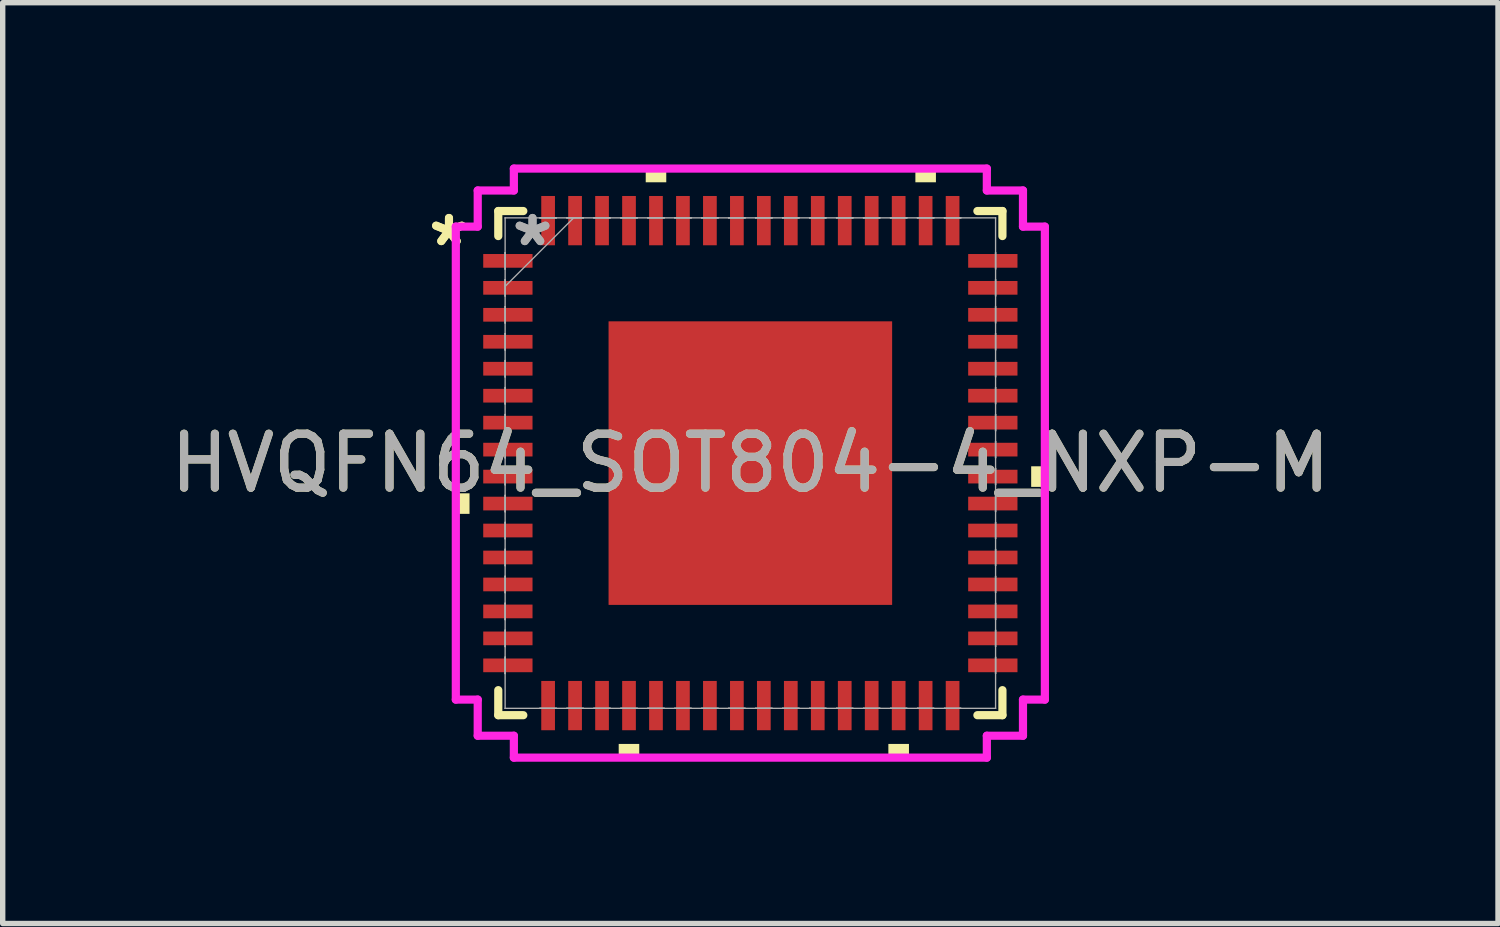
<source format=kicad_pcb>
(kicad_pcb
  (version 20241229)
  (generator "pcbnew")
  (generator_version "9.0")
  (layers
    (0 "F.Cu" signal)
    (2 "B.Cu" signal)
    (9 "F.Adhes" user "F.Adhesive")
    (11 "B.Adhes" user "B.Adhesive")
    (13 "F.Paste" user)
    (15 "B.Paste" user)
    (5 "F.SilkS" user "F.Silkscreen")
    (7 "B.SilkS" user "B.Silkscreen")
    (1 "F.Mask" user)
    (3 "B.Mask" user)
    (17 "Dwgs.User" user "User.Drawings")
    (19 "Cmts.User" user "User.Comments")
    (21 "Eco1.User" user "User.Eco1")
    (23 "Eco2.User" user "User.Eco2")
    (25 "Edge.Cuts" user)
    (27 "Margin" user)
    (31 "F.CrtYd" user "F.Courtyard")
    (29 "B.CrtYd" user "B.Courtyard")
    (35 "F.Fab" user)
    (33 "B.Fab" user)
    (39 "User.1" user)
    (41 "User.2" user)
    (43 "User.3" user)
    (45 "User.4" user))
  (footprint "HVQFN64_SOT804-4_NXP-M"
    (layer "F.Cu")
    (at 10.863 5.537)
    (property "Reference" "HVQFN64_SOT804-4_NXP-M" (at 0 0 0) (unlocked yes) (layer "F.SilkS") (effects (font (size 1 1) (thickness 0.15))))
    (attr smd)
    (fp_line (start -4.674 -4.674) (end -4.674 -4.21) (stroke (width 0.152) (type solid)) (layer "F.SilkS"))
    (fp_line (start -4.674 4.21) (end -4.674 4.674) (stroke (width 0.152) (type solid)) (layer "F.SilkS"))
    (fp_line (start -4.674 4.674) (end -4.21 4.674) (stroke (width 0.152) (type solid)) (layer "F.SilkS"))
    (fp_line (start -4.21 -4.674) (end -4.674 -4.674) (stroke (width 0.152) (type solid)) (layer "F.SilkS"))
    (fp_line (start 4.21 4.674) (end 4.674 4.674) (stroke (width 0.152) (type solid)) (layer "F.SilkS"))
    (fp_line (start 4.674 -4.674) (end 4.21 -4.674) (stroke (width 0.152) (type solid)) (layer "F.SilkS"))
    (fp_line (start 4.674 -4.21) (end 4.674 -4.674) (stroke (width 0.152) (type solid)) (layer "F.SilkS"))
    (fp_line (start 4.674 4.674) (end 4.674 4.21) (stroke (width 0.152) (type solid)) (layer "F.SilkS"))
    (fp_poly (pts (xy -5.461 0.56) (xy -5.461 0.941) (xy -5.207 0.941) (xy -5.207 0.56)) (stroke (width 0) (type solid)) (fill yes) (layer "F.SilkS"))
    (fp_poly (pts (xy -2.441 5.207) (xy -2.441 5.461) (xy -2.06 5.461) (xy -2.06 5.207)) (stroke (width 0) (type solid)) (fill yes) (layer "F.SilkS"))
    (fp_poly (pts (xy -1.94 -5.207) (xy -1.94 -5.461) (xy -1.559 -5.461) (xy -1.559 -5.207)) (stroke (width 0) (type solid)) (fill yes) (layer "F.SilkS"))
    (fp_poly (pts (xy 2.559 5.207) (xy 2.559 5.461) (xy 2.941 5.461) (xy 2.941 5.207)) (stroke (width 0) (type solid)) (fill yes) (layer "F.SilkS"))
    (fp_poly (pts (xy 3.06 -5.207) (xy 3.06 -5.461) (xy 3.441 -5.461) (xy 3.441 -5.207)) (stroke (width 0) (type solid)) (fill yes) (layer "F.SilkS"))
    (fp_poly (pts (xy 5.461 0.059) (xy 5.461 0.441) (xy 5.207 0.441) (xy 5.207 0.059)) (stroke (width 0) (type solid)) (fill yes) (layer "F.SilkS"))
    (fp_poly (pts (xy -2.529 -2.529) (xy -2.529 -1.414) (xy -1.414 -1.414) (xy -1.414 -2.529)) (stroke (width 0) (type solid)) (fill yes) (layer "F.Paste"))
    (fp_poly (pts (xy -2.529 -1.214) (xy -2.529 -0.1) (xy -1.414 -0.1) (xy -1.414 -1.214)) (stroke (width 0) (type solid)) (fill yes) (layer "F.Paste"))
    (fp_poly (pts (xy -2.529 0.1) (xy -2.529 1.214) (xy -1.414 1.214) (xy -1.414 0.1)) (stroke (width 0) (type solid)) (fill yes) (layer "F.Paste"))
    (fp_poly (pts (xy -2.529 1.414) (xy -2.529 2.529) (xy -1.414 2.529) (xy -1.414 1.414)) (stroke (width 0) (type solid)) (fill yes) (layer "F.Paste"))
    (fp_poly (pts (xy -1.214 -2.529) (xy -1.214 -1.414) (xy -0.1 -1.414) (xy -0.1 -2.529)) (stroke (width 0) (type solid)) (fill yes) (layer "F.Paste"))
    (fp_poly (pts (xy -1.214 -1.214) (xy -1.214 -0.1) (xy -0.1 -0.1) (xy -0.1 -1.214)) (stroke (width 0) (type solid)) (fill yes) (layer "F.Paste"))
    (fp_poly (pts (xy -1.214 0.1) (xy -1.214 1.214) (xy -0.1 1.214) (xy -0.1 0.1)) (stroke (width 0) (type solid)) (fill yes) (layer "F.Paste"))
    (fp_poly (pts (xy -1.214 1.414) (xy -1.214 2.529) (xy -0.1 2.529) (xy -0.1 1.414)) (stroke (width 0) (type solid)) (fill yes) (layer "F.Paste"))
    (fp_poly (pts (xy 0.1 -2.529) (xy 0.1 -1.414) (xy 1.214 -1.414) (xy 1.214 -2.529)) (stroke (width 0) (type solid)) (fill yes) (layer "F.Paste"))
    (fp_poly (pts (xy 0.1 -1.214) (xy 0.1 -0.1) (xy 1.214 -0.1) (xy 1.214 -1.214)) (stroke (width 0) (type solid)) (fill yes) (layer "F.Paste"))
    (fp_poly (pts (xy 0.1 0.1) (xy 0.1 1.214) (xy 1.214 1.214) (xy 1.214 0.1)) (stroke (width 0) (type solid)) (fill yes) (layer "F.Paste"))
    (fp_poly (pts (xy 0.1 1.414) (xy 0.1 2.529) (xy 1.214 2.529) (xy 1.214 1.414)) (stroke (width 0) (type solid)) (fill yes) (layer "F.Paste"))
    (fp_poly (pts (xy 1.414 -2.529) (xy 1.414 -1.414) (xy 2.529 -1.414) (xy 2.529 -2.529)) (stroke (width 0) (type solid)) (fill yes) (layer "F.Paste"))
    (fp_poly (pts (xy 1.414 -1.214) (xy 1.414 -0.1) (xy 2.529 -0.1) (xy 2.529 -1.214)) (stroke (width 0) (type solid)) (fill yes) (layer "F.Paste"))
    (fp_poly (pts (xy 1.414 0.1) (xy 1.414 1.214) (xy 2.529 1.214) (xy 2.529 0.1)) (stroke (width 0) (type solid)) (fill yes) (layer "F.Paste"))
    (fp_poly (pts (xy 1.414 1.414) (xy 1.414 2.529) (xy 2.529 2.529) (xy 2.529 1.414)) (stroke (width 0) (type solid)) (fill yes) (layer "F.Paste"))
    (fp_line (start -5.461 -4.385) (end -5.055 -4.385) (stroke (width 0.152) (type solid)) (layer "F.CrtYd"))
    (fp_line (start -5.461 4.385) (end -5.461 -4.385) (stroke (width 0.152) (type solid)) (layer "F.CrtYd"))
    (fp_line (start -5.055 -5.055) (end -4.385 -5.055) (stroke (width 0.152) (type solid)) (layer "F.CrtYd"))
    (fp_line (start -5.055 -4.385) (end -5.055 -5.055) (stroke (width 0.152) (type solid)) (layer "F.CrtYd"))
    (fp_line (start -5.055 4.385) (end -5.461 4.385) (stroke (width 0.152) (type solid)) (layer "F.CrtYd"))
    (fp_line (start -5.055 5.055) (end -5.055 4.385) (stroke (width 0.152) (type solid)) (layer "F.CrtYd"))
    (fp_line (start -4.385 -5.461) (end 4.385 -5.461) (stroke (width 0.152) (type solid)) (layer "F.CrtYd"))
    (fp_line (start -4.385 -5.055) (end -4.385 -5.461) (stroke (width 0.152) (type solid)) (layer "F.CrtYd"))
    (fp_line (start -4.385 5.055) (end -5.055 5.055) (stroke (width 0.152) (type solid)) (layer "F.CrtYd"))
    (fp_line (start -4.385 5.461) (end -4.385 5.055) (stroke (width 0.152) (type solid)) (layer "F.CrtYd"))
    (fp_line (start 4.385 -5.461) (end 4.385 -5.055) (stroke (width 0.152) (type solid)) (layer "F.CrtYd"))
    (fp_line (start 4.385 -5.055) (end 5.055 -5.055) (stroke (width 0.152) (type solid)) (layer "F.CrtYd"))
    (fp_line (start 4.385 5.055) (end 4.385 5.461) (stroke (width 0.152) (type solid)) (layer "F.CrtYd"))
    (fp_line (start 4.385 5.461) (end -4.385 5.461) (stroke (width 0.152) (type solid)) (layer "F.CrtYd"))
    (fp_line (start 5.055 -5.055) (end 5.055 -4.385) (stroke (width 0.152) (type solid)) (layer "F.CrtYd"))
    (fp_line (start 5.055 -4.385) (end 5.461 -4.385) (stroke (width 0.152) (type solid)) (layer "F.CrtYd"))
    (fp_line (start 5.055 4.385) (end 5.055 5.055) (stroke (width 0.152) (type solid)) (layer "F.CrtYd"))
    (fp_line (start 5.055 5.055) (end 4.385 5.055) (stroke (width 0.152) (type solid)) (layer "F.CrtYd"))
    (fp_line (start 5.461 -4.385) (end 5.461 4.385) (stroke (width 0.152) (type solid)) (layer "F.CrtYd"))
    (fp_line (start 5.461 4.385) (end 5.055 4.385) (stroke (width 0.152) (type solid)) (layer "F.CrtYd"))
    (fp_line (start -4.547 -4.547) (end -4.547 -4.547) (stroke (width 0.025) (type solid)) (layer "F.Fab"))
    (fp_line (start -4.547 -4.547) (end -4.547 4.547) (stroke (width 0.025) (type solid)) (layer "F.Fab"))
    (fp_line (start -4.547 -3.902) (end -4.547 -3.902) (stroke (width 0.025) (type solid)) (layer "F.Fab"))
    (fp_line (start -4.547 -3.902) (end -4.547 -3.598) (stroke (width 0.025) (type solid)) (layer "F.Fab"))
    (fp_line (start -4.547 -3.598) (end -4.547 -3.902) (stroke (width 0.025) (type solid)) (layer "F.Fab"))
    (fp_line (start -4.547 -3.598) (end -4.547 -3.598) (stroke (width 0.025) (type solid)) (layer "F.Fab"))
    (fp_line (start -4.547 -3.402) (end -4.547 -3.402) (stroke (width 0.025) (type solid)) (layer "F.Fab"))
    (fp_line (start -4.547 -3.402) (end -4.547 -3.098) (stroke (width 0.025) (type solid)) (layer "F.Fab"))
    (fp_line (start -4.547 -3.277) (end -3.277 -4.547) (stroke (width 0.025) (type solid)) (layer "F.Fab"))
    (fp_line (start -4.547 -3.098) (end -4.547 -3.402) (stroke (width 0.025) (type solid)) (layer "F.Fab"))
    (fp_line (start -4.547 -3.098) (end -4.547 -3.098) (stroke (width 0.025) (type solid)) (layer "F.Fab"))
    (fp_line (start -4.547 -2.902) (end -4.547 -2.902) (stroke (width 0.025) (type solid)) (layer "F.Fab"))
    (fp_line (start -4.547 -2.902) (end -4.547 -2.598) (stroke (width 0.025) (type solid)) (layer "F.Fab"))
    (fp_line (start -4.547 -2.598) (end -4.547 -2.902) (stroke (width 0.025) (type solid)) (layer "F.Fab"))
    (fp_line (start -4.547 -2.598) (end -4.547 -2.598) (stroke (width 0.025) (type solid)) (layer "F.Fab"))
    (fp_line (start -4.547 -2.402) (end -4.547 -2.402) (stroke (width 0.025) (type solid)) (layer "F.Fab"))
    (fp_line (start -4.547 -2.402) (end -4.547 -2.098) (stroke (width 0.025) (type solid)) (layer "F.Fab"))
    (fp_line (start -4.547 -2.098) (end -4.547 -2.402) (stroke (width 0.025) (type solid)) (layer "F.Fab"))
    (fp_line (start -4.547 -2.098) (end -4.547 -2.098) (stroke (width 0.025) (type solid)) (layer "F.Fab"))
    (fp_line (start -4.547 -1.902) (end -4.547 -1.902) (stroke (width 0.025) (type solid)) (layer "F.Fab"))
    (fp_line (start -4.547 -1.902) (end -4.547 -1.598) (stroke (width 0.025) (type solid)) (layer "F.Fab"))
    (fp_line (start -4.547 -1.598) (end -4.547 -1.902) (stroke (width 0.025) (type solid)) (layer "F.Fab"))
    (fp_line (start -4.547 -1.598) (end -4.547 -1.598) (stroke (width 0.025) (type solid)) (layer "F.Fab"))
    (fp_line (start -4.547 -1.402) (end -4.547 -1.402) (stroke (width 0.025) (type solid)) (layer "F.Fab"))
    (fp_line (start -4.547 -1.402) (end -4.547 -1.098) (stroke (width 0.025) (type solid)) (layer "F.Fab"))
    (fp_line (start -4.547 -1.098) (end -4.547 -1.402) (stroke (width 0.025) (type solid)) (layer "F.Fab"))
    (fp_line (start -4.547 -1.098) (end -4.547 -1.098) (stroke (width 0.025) (type solid)) (layer "F.Fab"))
    (fp_line (start -4.547 -0.902) (end -4.547 -0.902) (stroke (width 0.025) (type solid)) (layer "F.Fab"))
    (fp_line (start -4.547 -0.902) (end -4.547 -0.598) (stroke (width 0.025) (type solid)) (layer "F.Fab"))
    (fp_line (start -4.547 -0.598) (end -4.547 -0.902) (stroke (width 0.025) (type solid)) (layer "F.Fab"))
    (fp_line (start -4.547 -0.598) (end -4.547 -0.598) (stroke (width 0.025) (type solid)) (layer "F.Fab"))
    (fp_line (start -4.547 -0.402) (end -4.547 -0.402) (stroke (width 0.025) (type solid)) (layer "F.Fab"))
    (fp_line (start -4.547 -0.402) (end -4.547 -0.098) (stroke (width 0.025) (type solid)) (layer "F.Fab"))
    (fp_line (start -4.547 -0.098) (end -4.547 -0.402) (stroke (width 0.025) (type solid)) (layer "F.Fab"))
    (fp_line (start -4.547 -0.098) (end -4.547 -0.098) (stroke (width 0.025) (type solid)) (layer "F.Fab"))
    (fp_line (start -4.547 0.098) (end -4.547 0.098) (stroke (width 0.025) (type solid)) (layer "F.Fab"))
    (fp_line (start -4.547 0.098) (end -4.547 0.402) (stroke (width 0.025) (type solid)) (layer "F.Fab"))
    (fp_line (start -4.547 0.402) (end -4.547 0.098) (stroke (width 0.025) (type solid)) (layer "F.Fab"))
    (fp_line (start -4.547 0.402) (end -4.547 0.402) (stroke (width 0.025) (type solid)) (layer "F.Fab"))
    (fp_line (start -4.547 0.598) (end -4.547 0.598) (stroke (width 0.025) (type solid)) (layer "F.Fab"))
    (fp_line (start -4.547 0.598) (end -4.547 0.902) (stroke (width 0.025) (type solid)) (layer "F.Fab"))
    (fp_line (start -4.547 0.902) (end -4.547 0.598) (stroke (width 0.025) (type solid)) (layer "F.Fab"))
    (fp_line (start -4.547 0.902) (end -4.547 0.902) (stroke (width 0.025) (type solid)) (layer "F.Fab"))
    (fp_line (start -4.547 1.098) (end -4.547 1.098) (stroke (width 0.025) (type solid)) (layer "F.Fab"))
    (fp_line (start -4.547 1.098) (end -4.547 1.402) (stroke (width 0.025) (type solid)) (layer "F.Fab"))
    (fp_line (start -4.547 1.402) (end -4.547 1.098) (stroke (width 0.025) (type solid)) (layer "F.Fab"))
    (fp_line (start -4.547 1.402) (end -4.547 1.402) (stroke (width 0.025) (type solid)) (layer "F.Fab"))
    (fp_line (start -4.547 1.598) (end -4.547 1.598) (stroke (width 0.025) (type solid)) (layer "F.Fab"))
    (fp_line (start -4.547 1.598) (end -4.547 1.902) (stroke (width 0.025) (type solid)) (layer "F.Fab"))
    (fp_line (start -4.547 1.902) (end -4.547 1.598) (stroke (width 0.025) (type solid)) (layer "F.Fab"))
    (fp_line (start -4.547 1.902) (end -4.547 1.902) (stroke (width 0.025) (type solid)) (layer "F.Fab"))
    (fp_line (start -4.547 2.098) (end -4.547 2.098) (stroke (width 0.025) (type solid)) (layer "F.Fab"))
    (fp_line (start -4.547 2.098) (end -4.547 2.402) (stroke (width 0.025) (type solid)) (layer "F.Fab"))
    (fp_line (start -4.547 2.402) (end -4.547 2.098) (stroke (width 0.025) (type solid)) (layer "F.Fab"))
    (fp_line (start -4.547 2.402) (end -4.547 2.402) (stroke (width 0.025) (type solid)) (layer "F.Fab"))
    (fp_line (start -4.547 2.598) (end -4.547 2.598) (stroke (width 0.025) (type solid)) (layer "F.Fab"))
    (fp_line (start -4.547 2.598) (end -4.547 2.902) (stroke (width 0.025) (type solid)) (layer "F.Fab"))
    (fp_line (start -4.547 2.902) (end -4.547 2.598) (stroke (width 0.025) (type solid)) (layer "F.Fab"))
    (fp_line (start -4.547 2.902) (end -4.547 2.902) (stroke (width 0.025) (type solid)) (layer "F.Fab"))
    (fp_line (start -4.547 3.098) (end -4.547 3.098) (stroke (width 0.025) (type solid)) (layer "F.Fab"))
    (fp_line (start -4.547 3.098) (end -4.547 3.402) (stroke (width 0.025) (type solid)) (layer "F.Fab"))
    (fp_line (start -4.547 3.402) (end -4.547 3.098) (stroke (width 0.025) (type solid)) (layer "F.Fab"))
    (fp_line (start -4.547 3.402) (end -4.547 3.402) (stroke (width 0.025) (type solid)) (layer "F.Fab"))
    (fp_line (start -4.547 3.598) (end -4.547 3.598) (stroke (width 0.025) (type solid)) (layer "F.Fab"))
    (fp_line (start -4.547 3.598) (end -4.547 3.902) (stroke (width 0.025) (type solid)) (layer "F.Fab"))
    (fp_line (start -4.547 3.902) (end -4.547 3.598) (stroke (width 0.025) (type solid)) (layer "F.Fab"))
    (fp_line (start -4.547 3.902) (end -4.547 3.902) (stroke (width 0.025) (type solid)) (layer "F.Fab"))
    (fp_line (start -4.547 4.547) (end -4.547 4.547) (stroke (width 0.025) (type solid)) (layer "F.Fab"))
    (fp_line (start -4.547 4.547) (end 4.547 4.547) (stroke (width 0.025) (type solid)) (layer "F.Fab"))
    (fp_line (start -3.902 -4.547) (end -3.902 -4.547) (stroke (width 0.025) (type solid)) (layer "F.Fab"))
    (fp_line (start -3.902 -4.547) (end -3.598 -4.547) (stroke (width 0.025) (type solid)) (layer "F.Fab"))
    (fp_line (start -3.902 4.547) (end -3.902 4.547) (stroke (width 0.025) (type solid)) (layer "F.Fab"))
    (fp_line (start -3.902 4.547) (end -3.598 4.547) (stroke (width 0.025) (type solid)) (layer "F.Fab"))
    (fp_line (start -3.598 -4.547) (end -3.902 -4.547) (stroke (width 0.025) (type solid)) (layer "F.Fab"))
    (fp_line (start -3.598 -4.547) (end -3.598 -4.547) (stroke (width 0.025) (type solid)) (layer "F.Fab"))
    (fp_line (start -3.598 4.547) (end -3.902 4.547) (stroke (width 0.025) (type solid)) (layer "F.Fab"))
    (fp_line (start -3.598 4.547) (end -3.598 4.547) (stroke (width 0.025) (type solid)) (layer "F.Fab"))
    (fp_line (start -3.402 -4.547) (end -3.402 -4.547) (stroke (width 0.025) (type solid)) (layer "F.Fab"))
    (fp_line (start -3.402 -4.547) (end -3.098 -4.547) (stroke (width 0.025) (type solid)) (layer "F.Fab"))
    (fp_line (start -3.402 4.547) (end -3.402 4.547) (stroke (width 0.025) (type solid)) (layer "F.Fab"))
    (fp_line (start -3.402 4.547) (end -3.098 4.547) (stroke (width 0.025) (type solid)) (layer "F.Fab"))
    (fp_line (start -3.098 -4.547) (end -3.402 -4.547) (stroke (width 0.025) (type solid)) (layer "F.Fab"))
    (fp_line (start -3.098 -4.547) (end -3.098 -4.547) (stroke (width 0.025) (type solid)) (layer "F.Fab"))
    (fp_line (start -3.098 4.547) (end -3.402 4.547) (stroke (width 0.025) (type solid)) (layer "F.Fab"))
    (fp_line (start -3.098 4.547) (end -3.098 4.547) (stroke (width 0.025) (type solid)) (layer "F.Fab"))
    (fp_line (start -2.902 -4.547) (end -2.902 -4.547) (stroke (width 0.025) (type solid)) (layer "F.Fab"))
    (fp_line (start -2.902 -4.547) (end -2.598 -4.547) (stroke (width 0.025) (type solid)) (layer "F.Fab"))
    (fp_line (start -2.902 4.547) (end -2.902 4.547) (stroke (width 0.025) (type solid)) (layer "F.Fab"))
    (fp_line (start -2.902 4.547) (end -2.598 4.547) (stroke (width 0.025) (type solid)) (layer "F.Fab"))
    (fp_line (start -2.598 -4.547) (end -2.902 -4.547) (stroke (width 0.025) (type solid)) (layer "F.Fab"))
    (fp_line (start -2.598 -4.547) (end -2.598 -4.547) (stroke (width 0.025) (type solid)) (layer "F.Fab"))
    (fp_line (start -2.598 4.547) (end -2.902 4.547) (stroke (width 0.025) (type solid)) (layer "F.Fab"))
    (fp_line (start -2.598 4.547) (end -2.598 4.547) (stroke (width 0.025) (type solid)) (layer "F.Fab"))
    (fp_line (start -2.402 -4.547) (end -2.402 -4.547) (stroke (width 0.025) (type solid)) (layer "F.Fab"))
    (fp_line (start -2.402 -4.547) (end -2.098 -4.547) (stroke (width 0.025) (type solid)) (layer "F.Fab"))
    (fp_line (start -2.402 4.547) (end -2.402 4.547) (stroke (width 0.025) (type solid)) (layer "F.Fab"))
    (fp_line (start -2.402 4.547) (end -2.098 4.547) (stroke (width 0.025) (type solid)) (layer "F.Fab"))
    (fp_line (start -2.098 -4.547) (end -2.402 -4.547) (stroke (width 0.025) (type solid)) (layer "F.Fab"))
    (fp_line (start -2.098 -4.547) (end -2.098 -4.547) (stroke (width 0.025) (type solid)) (layer "F.Fab"))
    (fp_line (start -2.098 4.547) (end -2.402 4.547) (stroke (width 0.025) (type solid)) (layer "F.Fab"))
    (fp_line (start -2.098 4.547) (end -2.098 4.547) (stroke (width 0.025) (type solid)) (layer "F.Fab"))
    (fp_line (start -1.902 -4.547) (end -1.902 -4.547) (stroke (width 0.025) (type solid)) (layer "F.Fab"))
    (fp_line (start -1.902 -4.547) (end -1.598 -4.547) (stroke (width 0.025) (type solid)) (layer "F.Fab"))
    (fp_line (start -1.902 4.547) (end -1.902 4.547) (stroke (width 0.025) (type solid)) (layer "F.Fab"))
    (fp_line (start -1.902 4.547) (end -1.598 4.547) (stroke (width 0.025) (type solid)) (layer "F.Fab"))
    (fp_line (start -1.598 -4.547) (end -1.902 -4.547) (stroke (width 0.025) (type solid)) (layer "F.Fab"))
    (fp_line (start -1.598 -4.547) (end -1.598 -4.547) (stroke (width 0.025) (type solid)) (layer "F.Fab"))
    (fp_line (start -1.598 4.547) (end -1.902 4.547) (stroke (width 0.025) (type solid)) (layer "F.Fab"))
    (fp_line (start -1.598 4.547) (end -1.598 4.547) (stroke (width 0.025) (type solid)) (layer "F.Fab"))
    (fp_line (start -1.402 -4.547) (end -1.402 -4.547) (stroke (width 0.025) (type solid)) (layer "F.Fab"))
    (fp_line (start -1.402 -4.547) (end -1.098 -4.547) (stroke (width 0.025) (type solid)) (layer "F.Fab"))
    (fp_line (start -1.402 4.547) (end -1.402 4.547) (stroke (width 0.025) (type solid)) (layer "F.Fab"))
    (fp_line (start -1.402 4.547) (end -1.098 4.547) (stroke (width 0.025) (type solid)) (layer "F.Fab"))
    (fp_line (start -1.098 -4.547) (end -1.402 -4.547) (stroke (width 0.025) (type solid)) (layer "F.Fab"))
    (fp_line (start -1.098 -4.547) (end -1.098 -4.547) (stroke (width 0.025) (type solid)) (layer "F.Fab"))
    (fp_line (start -1.098 4.547) (end -1.402 4.547) (stroke (width 0.025) (type solid)) (layer "F.Fab"))
    (fp_line (start -1.098 4.547) (end -1.098 4.547) (stroke (width 0.025) (type solid)) (layer "F.Fab"))
    (fp_line (start -0.902 -4.547) (end -0.902 -4.547) (stroke (width 0.025) (type solid)) (layer "F.Fab"))
    (fp_line (start -0.902 -4.547) (end -0.598 -4.547) (stroke (width 0.025) (type solid)) (layer "F.Fab"))
    (fp_line (start -0.902 4.547) (end -0.902 4.547) (stroke (width 0.025) (type solid)) (layer "F.Fab"))
    (fp_line (start -0.902 4.547) (end -0.598 4.547) (stroke (width 0.025) (type solid)) (layer "F.Fab"))
    (fp_line (start -0.598 -4.547) (end -0.902 -4.547) (stroke (width 0.025) (type solid)) (layer "F.Fab"))
    (fp_line (start -0.598 -4.547) (end -0.598 -4.547) (stroke (width 0.025) (type solid)) (layer "F.Fab"))
    (fp_line (start -0.598 4.547) (end -0.902 4.547) (stroke (width 0.025) (type solid)) (layer "F.Fab"))
    (fp_line (start -0.598 4.547) (end -0.598 4.547) (stroke (width 0.025) (type solid)) (layer "F.Fab"))
    (fp_line (start -0.402 -4.547) (end -0.402 -4.547) (stroke (width 0.025) (type solid)) (layer "F.Fab"))
    (fp_line (start -0.402 -4.547) (end -0.098 -4.547) (stroke (width 0.025) (type solid)) (layer "F.Fab"))
    (fp_line (start -0.402 4.547) (end -0.402 4.547) (stroke (width 0.025) (type solid)) (layer "F.Fab"))
    (fp_line (start -0.402 4.547) (end -0.098 4.547) (stroke (width 0.025) (type solid)) (layer "F.Fab"))
    (fp_line (start -0.098 -4.547) (end -0.402 -4.547) (stroke (width 0.025) (type solid)) (layer "F.Fab"))
    (fp_line (start -0.098 -4.547) (end -0.098 -4.547) (stroke (width 0.025) (type solid)) (layer "F.Fab"))
    (fp_line (start -0.098 4.547) (end -0.402 4.547) (stroke (width 0.025) (type solid)) (layer "F.Fab"))
    (fp_line (start -0.098 4.547) (end -0.098 4.547) (stroke (width 0.025) (type solid)) (layer "F.Fab"))
    (fp_line (start 0.098 -4.547) (end 0.098 -4.547) (stroke (width 0.025) (type solid)) (layer "F.Fab"))
    (fp_line (start 0.098 -4.547) (end 0.402 -4.547) (stroke (width 0.025) (type solid)) (layer "F.Fab"))
    (fp_line (start 0.098 4.547) (end 0.098 4.547) (stroke (width 0.025) (type solid)) (layer "F.Fab"))
    (fp_line (start 0.098 4.547) (end 0.402 4.547) (stroke (width 0.025) (type solid)) (layer "F.Fab"))
    (fp_line (start 0.402 -4.547) (end 0.098 -4.547) (stroke (width 0.025) (type solid)) (layer "F.Fab"))
    (fp_line (start 0.402 -4.547) (end 0.402 -4.547) (stroke (width 0.025) (type solid)) (layer "F.Fab"))
    (fp_line (start 0.402 4.547) (end 0.098 4.547) (stroke (width 0.025) (type solid)) (layer "F.Fab"))
    (fp_line (start 0.402 4.547) (end 0.402 4.547) (stroke (width 0.025) (type solid)) (layer "F.Fab"))
    (fp_line (start 0.598 -4.547) (end 0.598 -4.547) (stroke (width 0.025) (type solid)) (layer "F.Fab"))
    (fp_line (start 0.598 -4.547) (end 0.902 -4.547) (stroke (width 0.025) (type solid)) (layer "F.Fab"))
    (fp_line (start 0.598 4.547) (end 0.598 4.547) (stroke (width 0.025) (type solid)) (layer "F.Fab"))
    (fp_line (start 0.598 4.547) (end 0.902 4.547) (stroke (width 0.025) (type solid)) (layer "F.Fab"))
    (fp_line (start 0.902 -4.547) (end 0.598 -4.547) (stroke (width 0.025) (type solid)) (layer "F.Fab"))
    (fp_line (start 0.902 -4.547) (end 0.902 -4.547) (stroke (width 0.025) (type solid)) (layer "F.Fab"))
    (fp_line (start 0.902 4.547) (end 0.598 4.547) (stroke (width 0.025) (type solid)) (layer "F.Fab"))
    (fp_line (start 0.902 4.547) (end 0.902 4.547) (stroke (width 0.025) (type solid)) (layer "F.Fab"))
    (fp_line (start 1.098 -4.547) (end 1.098 -4.547) (stroke (width 0.025) (type solid)) (layer "F.Fab"))
    (fp_line (start 1.098 -4.547) (end 1.402 -4.547) (stroke (width 0.025) (type solid)) (layer "F.Fab"))
    (fp_line (start 1.098 4.547) (end 1.098 4.547) (stroke (width 0.025) (type solid)) (layer "F.Fab"))
    (fp_line (start 1.098 4.547) (end 1.402 4.547) (stroke (width 0.025) (type solid)) (layer "F.Fab"))
    (fp_line (start 1.402 -4.547) (end 1.098 -4.547) (stroke (width 0.025) (type solid)) (layer "F.Fab"))
    (fp_line (start 1.402 -4.547) (end 1.402 -4.547) (stroke (width 0.025) (type solid)) (layer "F.Fab"))
    (fp_line (start 1.402 4.547) (end 1.098 4.547) (stroke (width 0.025) (type solid)) (layer "F.Fab"))
    (fp_line (start 1.402 4.547) (end 1.402 4.547) (stroke (width 0.025) (type solid)) (layer "F.Fab"))
    (fp_line (start 1.598 -4.547) (end 1.598 -4.547) (stroke (width 0.025) (type solid)) (layer "F.Fab"))
    (fp_line (start 1.598 -4.547) (end 1.902 -4.547) (stroke (width 0.025) (type solid)) (layer "F.Fab"))
    (fp_line (start 1.598 4.547) (end 1.598 4.547) (stroke (width 0.025) (type solid)) (layer "F.Fab"))
    (fp_line (start 1.598 4.547) (end 1.902 4.547) (stroke (width 0.025) (type solid)) (layer "F.Fab"))
    (fp_line (start 1.902 -4.547) (end 1.598 -4.547) (stroke (width 0.025) (type solid)) (layer "F.Fab"))
    (fp_line (start 1.902 -4.547) (end 1.902 -4.547) (stroke (width 0.025) (type solid)) (layer "F.Fab"))
    (fp_line (start 1.902 4.547) (end 1.598 4.547) (stroke (width 0.025) (type solid)) (layer "F.Fab"))
    (fp_line (start 1.902 4.547) (end 1.902 4.547) (stroke (width 0.025) (type solid)) (layer "F.Fab"))
    (fp_line (start 2.098 -4.547) (end 2.098 -4.547) (stroke (width 0.025) (type solid)) (layer "F.Fab"))
    (fp_line (start 2.098 -4.547) (end 2.402 -4.547) (stroke (width 0.025) (type solid)) (layer "F.Fab"))
    (fp_line (start 2.098 4.547) (end 2.098 4.547) (stroke (width 0.025) (type solid)) (layer "F.Fab"))
    (fp_line (start 2.098 4.547) (end 2.402 4.547) (stroke (width 0.025) (type solid)) (layer "F.Fab"))
    (fp_line (start 2.402 -4.547) (end 2.098 -4.547) (stroke (width 0.025) (type solid)) (layer "F.Fab"))
    (fp_line (start 2.402 -4.547) (end 2.402 -4.547) (stroke (width 0.025) (type solid)) (layer "F.Fab"))
    (fp_line (start 2.402 4.547) (end 2.098 4.547) (stroke (width 0.025) (type solid)) (layer "F.Fab"))
    (fp_line (start 2.402 4.547) (end 2.402 4.547) (stroke (width 0.025) (type solid)) (layer "F.Fab"))
    (fp_line (start 2.598 -4.547) (end 2.598 -4.547) (stroke (width 0.025) (type solid)) (layer "F.Fab"))
    (fp_line (start 2.598 -4.547) (end 2.902 -4.547) (stroke (width 0.025) (type solid)) (layer "F.Fab"))
    (fp_line (start 2.598 4.547) (end 2.598 4.547) (stroke (width 0.025) (type solid)) (layer "F.Fab"))
    (fp_line (start 2.598 4.547) (end 2.902 4.547) (stroke (width 0.025) (type solid)) (layer "F.Fab"))
    (fp_line (start 2.902 -4.547) (end 2.598 -4.547) (stroke (width 0.025) (type solid)) (layer "F.Fab"))
    (fp_line (start 2.902 -4.547) (end 2.902 -4.547) (stroke (width 0.025) (type solid)) (layer "F.Fab"))
    (fp_line (start 2.902 4.547) (end 2.598 4.547) (stroke (width 0.025) (type solid)) (layer "F.Fab"))
    (fp_line (start 2.902 4.547) (end 2.902 4.547) (stroke (width 0.025) (type solid)) (layer "F.Fab"))
    (fp_line (start 3.098 -4.547) (end 3.098 -4.547) (stroke (width 0.025) (type solid)) (layer "F.Fab"))
    (fp_line (start 3.098 -4.547) (end 3.402 -4.547) (stroke (width 0.025) (type solid)) (layer "F.Fab"))
    (fp_line (start 3.098 4.547) (end 3.098 4.547) (stroke (width 0.025) (type solid)) (layer "F.Fab"))
    (fp_line (start 3.098 4.547) (end 3.402 4.547) (stroke (width 0.025) (type solid)) (layer "F.Fab"))
    (fp_line (start 3.402 -4.547) (end 3.098 -4.547) (stroke (width 0.025) (type solid)) (layer "F.Fab"))
    (fp_line (start 3.402 -4.547) (end 3.402 -4.547) (stroke (width 0.025) (type solid)) (layer "F.Fab"))
    (fp_line (start 3.402 4.547) (end 3.098 4.547) (stroke (width 0.025) (type solid)) (layer "F.Fab"))
    (fp_line (start 3.402 4.547) (end 3.402 4.547) (stroke (width 0.025) (type solid)) (layer "F.Fab"))
    (fp_line (start 3.598 -4.547) (end 3.598 -4.547) (stroke (width 0.025) (type solid)) (layer "F.Fab"))
    (fp_line (start 3.598 -4.547) (end 3.902 -4.547) (stroke (width 0.025) (type solid)) (layer "F.Fab"))
    (fp_line (start 3.598 4.547) (end 3.598 4.547) (stroke (width 0.025) (type solid)) (layer "F.Fab"))
    (fp_line (start 3.598 4.547) (end 3.902 4.547) (stroke (width 0.025) (type solid)) (layer "F.Fab"))
    (fp_line (start 3.902 -4.547) (end 3.598 -4.547) (stroke (width 0.025) (type solid)) (layer "F.Fab"))
    (fp_line (start 3.902 -4.547) (end 3.902 -4.547) (stroke (width 0.025) (type solid)) (layer "F.Fab"))
    (fp_line (start 3.902 4.547) (end 3.598 4.547) (stroke (width 0.025) (type solid)) (layer "F.Fab"))
    (fp_line (start 3.902 4.547) (end 3.902 4.547) (stroke (width 0.025) (type solid)) (layer "F.Fab"))
    (fp_line (start 4.547 -4.547) (end -4.547 -4.547) (stroke (width 0.025) (type solid)) (layer "F.Fab"))
    (fp_line (start 4.547 -4.547) (end 4.547 -4.547) (stroke (width 0.025) (type solid)) (layer "F.Fab"))
    (fp_line (start 4.547 -3.902) (end 4.547 -3.902) (stroke (width 0.025) (type solid)) (layer "F.Fab"))
    (fp_line (start 4.547 -3.902) (end 4.547 -3.598) (stroke (width 0.025) (type solid)) (layer "F.Fab"))
    (fp_line (start 4.547 -3.598) (end 4.547 -3.902) (stroke (width 0.025) (type solid)) (layer "F.Fab"))
    (fp_line (start 4.547 -3.598) (end 4.547 -3.598) (stroke (width 0.025) (type solid)) (layer "F.Fab"))
    (fp_line (start 4.547 -3.402) (end 4.547 -3.402) (stroke (width 0.025) (type solid)) (layer "F.Fab"))
    (fp_line (start 4.547 -3.402) (end 4.547 -3.098) (stroke (width 0.025) (type solid)) (layer "F.Fab"))
    (fp_line (start 4.547 -3.098) (end 4.547 -3.402) (stroke (width 0.025) (type solid)) (layer "F.Fab"))
    (fp_line (start 4.547 -3.098) (end 4.547 -3.098) (stroke (width 0.025) (type solid)) (layer "F.Fab"))
    (fp_line (start 4.547 -2.902) (end 4.547 -2.902) (stroke (width 0.025) (type solid)) (layer "F.Fab"))
    (fp_line (start 4.547 -2.902) (end 4.547 -2.598) (stroke (width 0.025) (type solid)) (layer "F.Fab"))
    (fp_line (start 4.547 -2.598) (end 4.547 -2.902) (stroke (width 0.025) (type solid)) (layer "F.Fab"))
    (fp_line (start 4.547 -2.598) (end 4.547 -2.598) (stroke (width 0.025) (type solid)) (layer "F.Fab"))
    (fp_line (start 4.547 -2.402) (end 4.547 -2.402) (stroke (width 0.025) (type solid)) (layer "F.Fab"))
    (fp_line (start 4.547 -2.402) (end 4.547 -2.098) (stroke (width 0.025) (type solid)) (layer "F.Fab"))
    (fp_line (start 4.547 -2.098) (end 4.547 -2.402) (stroke (width 0.025) (type solid)) (layer "F.Fab"))
    (fp_line (start 4.547 -2.098) (end 4.547 -2.098) (stroke (width 0.025) (type solid)) (layer "F.Fab"))
    (fp_line (start 4.547 -1.902) (end 4.547 -1.902) (stroke (width 0.025) (type solid)) (layer "F.Fab"))
    (fp_line (start 4.547 -1.902) (end 4.547 -1.598) (stroke (width 0.025) (type solid)) (layer "F.Fab"))
    (fp_line (start 4.547 -1.598) (end 4.547 -1.902) (stroke (width 0.025) (type solid)) (layer "F.Fab"))
    (fp_line (start 4.547 -1.598) (end 4.547 -1.598) (stroke (width 0.025) (type solid)) (layer "F.Fab"))
    (fp_line (start 4.547 -1.402) (end 4.547 -1.402) (stroke (width 0.025) (type solid)) (layer "F.Fab"))
    (fp_line (start 4.547 -1.402) (end 4.547 -1.098) (stroke (width 0.025) (type solid)) (layer "F.Fab"))
    (fp_line (start 4.547 -1.098) (end 4.547 -1.402) (stroke (width 0.025) (type solid)) (layer "F.Fab"))
    (fp_line (start 4.547 -1.098) (end 4.547 -1.098) (stroke (width 0.025) (type solid)) (layer "F.Fab"))
    (fp_line (start 4.547 -0.902) (end 4.547 -0.902) (stroke (width 0.025) (type solid)) (layer "F.Fab"))
    (fp_line (start 4.547 -0.902) (end 4.547 -0.598) (stroke (width 0.025) (type solid)) (layer "F.Fab"))
    (fp_line (start 4.547 -0.598) (end 4.547 -0.902) (stroke (width 0.025) (type solid)) (layer "F.Fab"))
    (fp_line (start 4.547 -0.598) (end 4.547 -0.598) (stroke (width 0.025) (type solid)) (layer "F.Fab"))
    (fp_line (start 4.547 -0.402) (end 4.547 -0.402) (stroke (width 0.025) (type solid)) (layer "F.Fab"))
    (fp_line (start 4.547 -0.402) (end 4.547 -0.098) (stroke (width 0.025) (type solid)) (layer "F.Fab"))
    (fp_line (start 4.547 -0.098) (end 4.547 -0.402) (stroke (width 0.025) (type solid)) (layer "F.Fab"))
    (fp_line (start 4.547 -0.098) (end 4.547 -0.098) (stroke (width 0.025) (type solid)) (layer "F.Fab"))
    (fp_line (start 4.547 0.098) (end 4.547 0.098) (stroke (width 0.025) (type solid)) (layer "F.Fab"))
    (fp_line (start 4.547 0.098) (end 4.547 0.402) (stroke (width 0.025) (type solid)) (layer "F.Fab"))
    (fp_line (start 4.547 0.402) (end 4.547 0.098) (stroke (width 0.025) (type solid)) (layer "F.Fab"))
    (fp_line (start 4.547 0.402) (end 4.547 0.402) (stroke (width 0.025) (type solid)) (layer "F.Fab"))
    (fp_line (start 4.547 0.598) (end 4.547 0.598) (stroke (width 0.025) (type solid)) (layer "F.Fab"))
    (fp_line (start 4.547 0.598) (end 4.547 0.902) (stroke (width 0.025) (type solid)) (layer "F.Fab"))
    (fp_line (start 4.547 0.902) (end 4.547 0.598) (stroke (width 0.025) (type solid)) (layer "F.Fab"))
    (fp_line (start 4.547 0.902) (end 4.547 0.902) (stroke (width 0.025) (type solid)) (layer "F.Fab"))
    (fp_line (start 4.547 1.098) (end 4.547 1.098) (stroke (width 0.025) (type solid)) (layer "F.Fab"))
    (fp_line (start 4.547 1.098) (end 4.547 1.402) (stroke (width 0.025) (type solid)) (layer "F.Fab"))
    (fp_line (start 4.547 1.402) (end 4.547 1.098) (stroke (width 0.025) (type solid)) (layer "F.Fab"))
    (fp_line (start 4.547 1.402) (end 4.547 1.402) (stroke (width 0.025) (type solid)) (layer "F.Fab"))
    (fp_line (start 4.547 1.598) (end 4.547 1.598) (stroke (width 0.025) (type solid)) (layer "F.Fab"))
    (fp_line (start 4.547 1.598) (end 4.547 1.902) (stroke (width 0.025) (type solid)) (layer "F.Fab"))
    (fp_line (start 4.547 1.902) (end 4.547 1.598) (stroke (width 0.025) (type solid)) (layer "F.Fab"))
    (fp_line (start 4.547 1.902) (end 4.547 1.902) (stroke (width 0.025) (type solid)) (layer "F.Fab"))
    (fp_line (start 4.547 2.098) (end 4.547 2.098) (stroke (width 0.025) (type solid)) (layer "F.Fab"))
    (fp_line (start 4.547 2.098) (end 4.547 2.402) (stroke (width 0.025) (type solid)) (layer "F.Fab"))
    (fp_line (start 4.547 2.402) (end 4.547 2.098) (stroke (width 0.025) (type solid)) (layer "F.Fab"))
    (fp_line (start 4.547 2.402) (end 4.547 2.402) (stroke (width 0.025) (type solid)) (layer "F.Fab"))
    (fp_line (start 4.547 2.598) (end 4.547 2.598) (stroke (width 0.025) (type solid)) (layer "F.Fab"))
    (fp_line (start 4.547 2.598) (end 4.547 2.902) (stroke (width 0.025) (type solid)) (layer "F.Fab"))
    (fp_line (start 4.547 2.902) (end 4.547 2.598) (stroke (width 0.025) (type solid)) (layer "F.Fab"))
    (fp_line (start 4.547 2.902) (end 4.547 2.902) (stroke (width 0.025) (type solid)) (layer "F.Fab"))
    (fp_line (start 4.547 3.098) (end 4.547 3.098) (stroke (width 0.025) (type solid)) (layer "F.Fab"))
    (fp_line (start 4.547 3.098) (end 4.547 3.402) (stroke (width 0.025) (type solid)) (layer "F.Fab"))
    (fp_line (start 4.547 3.402) (end 4.547 3.098) (stroke (width 0.025) (type solid)) (layer "F.Fab"))
    (fp_line (start 4.547 3.402) (end 4.547 3.402) (stroke (width 0.025) (type solid)) (layer "F.Fab"))
    (fp_line (start 4.547 3.598) (end 4.547 3.598) (stroke (width 0.025) (type solid)) (layer "F.Fab"))
    (fp_line (start 4.547 3.598) (end 4.547 3.902) (stroke (width 0.025) (type solid)) (layer "F.Fab"))
    (fp_line (start 4.547 3.902) (end 4.547 3.598) (stroke (width 0.025) (type solid)) (layer "F.Fab"))
    (fp_line (start 4.547 3.902) (end 4.547 3.902) (stroke (width 0.025) (type solid)) (layer "F.Fab"))
    (fp_line (start 4.547 4.547) (end 4.547 -4.547) (stroke (width 0.025) (type solid)) (layer "F.Fab"))
    (fp_line (start 4.547 4.547) (end 4.547 4.547) (stroke (width 0.025) (type solid)) (layer "F.Fab"))
    (fp_text user "*" (at -5.588 -4 0) (unlocked yes) (layer "F.SilkS") (effects (font (size 1 1) (thickness 0.15))))
    (fp_text user "*" (at -5.588 -4 0) (layer "F.SilkS") (effects (font (size 1 1) (thickness 0.15))))
    (fp_text user "*" (at -4.039 -4 0) (unlocked yes) (layer "F.Fab") (effects (font (size 1 1) (thickness 0.15))))
    (fp_text user "${REFERENCE}" (at 0 0 0) (unlocked yes) (layer "F.Fab") (effects (font (size 1 1) (thickness 0.15))))
    (fp_text user "*" (at -4.039 -4 0) (layer "F.Fab") (effects (font (size 1 1) (thickness 0.15))))
    (pad "1" smd rect (at -4.496 -3.75 90) (size 0.254 0.914) (layers "F.Cu" "F.Mask" "F.Paste"))
    (pad "2" smd rect (at -4.496 -3.25 90) (size 0.254 0.914) (layers "F.Cu" "F.Mask" "F.Paste"))
    (pad "3" smd rect (at -4.496 -2.75 90) (size 0.254 0.914) (layers "F.Cu" "F.Mask" "F.Paste"))
    (pad "4" smd rect (at -4.496 -2.25 90) (size 0.254 0.914) (layers "F.Cu" "F.Mask" "F.Paste"))
    (pad "5" smd rect (at -4.496 -1.75 90) (size 0.254 0.914) (layers "F.Cu" "F.Mask" "F.Paste"))
    (pad "6" smd rect (at -4.496 -1.25 90) (size 0.254 0.914) (layers "F.Cu" "F.Mask" "F.Paste"))
    (pad "7" smd rect (at -4.496 -0.75 90) (size 0.254 0.914) (layers "F.Cu" "F.Mask" "F.Paste"))
    (pad "8" smd rect (at -4.496 -0.25 90) (size 0.254 0.914) (layers "F.Cu" "F.Mask" "F.Paste"))
    (pad "9" smd rect (at -4.496 0.25 90) (size 0.254 0.914) (layers "F.Cu" "F.Mask" "F.Paste"))
    (pad "10" smd rect (at -4.496 0.75 90) (size 0.254 0.914) (layers "F.Cu" "F.Mask" "F.Paste"))
    (pad "11" smd rect (at -4.496 1.25 90) (size 0.254 0.914) (layers "F.Cu" "F.Mask" "F.Paste"))
    (pad "12" smd rect (at -4.496 1.75 90) (size 0.254 0.914) (layers "F.Cu" "F.Mask" "F.Paste"))
    (pad "13" smd rect (at -4.496 2.25 90) (size 0.254 0.914) (layers "F.Cu" "F.Mask" "F.Paste"))
    (pad "14" smd rect (at -4.496 2.75 90) (size 0.254 0.914) (layers "F.Cu" "F.Mask" "F.Paste"))
    (pad "15" smd rect (at -4.496 3.25 90) (size 0.254 0.914) (layers "F.Cu" "F.Mask" "F.Paste"))
    (pad "16" smd rect (at -4.496 3.75 90) (size 0.254 0.914) (layers "F.Cu" "F.Mask" "F.Paste"))
    (pad "17" smd rect (at -3.75 4.496) (size 0.254 0.914) (layers "F.Cu" "F.Mask" "F.Paste"))
    (pad "18" smd rect (at -3.25 4.496) (size 0.254 0.914) (layers "F.Cu" "F.Mask" "F.Paste"))
    (pad "19" smd rect (at -2.75 4.496) (size 0.254 0.914) (layers "F.Cu" "F.Mask" "F.Paste"))
    (pad "20" smd rect (at -2.25 4.496) (size 0.254 0.914) (layers "F.Cu" "F.Mask" "F.Paste"))
    (pad "21" smd rect (at -1.75 4.496) (size 0.254 0.914) (layers "F.Cu" "F.Mask" "F.Paste"))
    (pad "22" smd rect (at -1.25 4.496) (size 0.254 0.914) (layers "F.Cu" "F.Mask" "F.Paste"))
    (pad "23" smd rect (at -0.75 4.496) (size 0.254 0.914) (layers "F.Cu" "F.Mask" "F.Paste"))
    (pad "24" smd rect (at -0.25 4.496) (size 0.254 0.914) (layers "F.Cu" "F.Mask" "F.Paste"))
    (pad "25" smd rect (at 0.25 4.496) (size 0.254 0.914) (layers "F.Cu" "F.Mask" "F.Paste"))
    (pad "26" smd rect (at 0.75 4.496) (size 0.254 0.914) (layers "F.Cu" "F.Mask" "F.Paste"))
    (pad "27" smd rect (at 1.25 4.496) (size 0.254 0.914) (layers "F.Cu" "F.Mask" "F.Paste"))
    (pad "28" smd rect (at 1.75 4.496) (size 0.254 0.914) (layers "F.Cu" "F.Mask" "F.Paste"))
    (pad "29" smd rect (at 2.25 4.496) (size 0.254 0.914) (layers "F.Cu" "F.Mask" "F.Paste"))
    (pad "30" smd rect (at 2.75 4.496) (size 0.254 0.914) (layers "F.Cu" "F.Mask" "F.Paste"))
    (pad "31" smd rect (at 3.25 4.496) (size 0.254 0.914) (layers "F.Cu" "F.Mask" "F.Paste"))
    (pad "32" smd rect (at 3.75 4.496) (size 0.254 0.914) (layers "F.Cu" "F.Mask" "F.Paste"))
    (pad "33" smd rect (at 4.496 3.75 90) (size 0.254 0.914) (layers "F.Cu" "F.Mask" "F.Paste"))
    (pad "34" smd rect (at 4.496 3.25 90) (size 0.254 0.914) (layers "F.Cu" "F.Mask" "F.Paste"))
    (pad "35" smd rect (at 4.496 2.75 90) (size 0.254 0.914) (layers "F.Cu" "F.Mask" "F.Paste"))
    (pad "36" smd rect (at 4.496 2.25 90) (size 0.254 0.914) (layers "F.Cu" "F.Mask" "F.Paste"))
    (pad "37" smd rect (at 4.496 1.75 90) (size 0.254 0.914) (layers "F.Cu" "F.Mask" "F.Paste"))
    (pad "38" smd rect (at 4.496 1.25 90) (size 0.254 0.914) (layers "F.Cu" "F.Mask" "F.Paste"))
    (pad "39" smd rect (at 4.496 0.75 90) (size 0.254 0.914) (layers "F.Cu" "F.Mask" "F.Paste"))
    (pad "40" smd rect (at 4.496 0.25 90) (size 0.254 0.914) (layers "F.Cu" "F.Mask" "F.Paste"))
    (pad "41" smd rect (at 4.496 -0.25 90) (size 0.254 0.914) (layers "F.Cu" "F.Mask" "F.Paste"))
    (pad "42" smd rect (at 4.496 -0.75 90) (size 0.254 0.914) (layers "F.Cu" "F.Mask" "F.Paste"))
    (pad "43" smd rect (at 4.496 -1.25 90) (size 0.254 0.914) (layers "F.Cu" "F.Mask" "F.Paste"))
    (pad "44" smd rect (at 4.496 -1.75 90) (size 0.254 0.914) (layers "F.Cu" "F.Mask" "F.Paste"))
    (pad "45" smd rect (at 4.496 -2.25 90) (size 0.254 0.914) (layers "F.Cu" "F.Mask" "F.Paste"))
    (pad "46" smd rect (at 4.496 -2.75 90) (size 0.254 0.914) (layers "F.Cu" "F.Mask" "F.Paste"))
    (pad "47" smd rect (at 4.496 -3.25 90) (size 0.254 0.914) (layers "F.Cu" "F.Mask" "F.Paste"))
    (pad "48" smd rect (at 4.496 -3.75 90) (size 0.254 0.914) (layers "F.Cu" "F.Mask" "F.Paste"))
    (pad "49" smd rect (at 3.75 -4.496) (size 0.254 0.914) (layers "F.Cu" "F.Mask" "F.Paste"))
    (pad "50" smd rect (at 3.25 -4.496) (size 0.254 0.914) (layers "F.Cu" "F.Mask" "F.Paste"))
    (pad "51" smd rect (at 2.75 -4.496) (size 0.254 0.914) (layers "F.Cu" "F.Mask" "F.Paste"))
    (pad "52" smd rect (at 2.25 -4.496) (size 0.254 0.914) (layers "F.Cu" "F.Mask" "F.Paste"))
    (pad "53" smd rect (at 1.75 -4.496) (size 0.254 0.914) (layers "F.Cu" "F.Mask" "F.Paste"))
    (pad "54" smd rect (at 1.25 -4.496) (size 0.254 0.914) (layers "F.Cu" "F.Mask" "F.Paste"))
    (pad "55" smd rect (at 0.75 -4.496) (size 0.254 0.914) (layers "F.Cu" "F.Mask" "F.Paste"))
    (pad "56" smd rect (at 0.25 -4.496) (size 0.254 0.914) (layers "F.Cu" "F.Mask" "F.Paste"))
    (pad "57" smd rect (at -0.25 -4.496) (size 0.254 0.914) (layers "F.Cu" "F.Mask" "F.Paste"))
    (pad "58" smd rect (at -0.75 -4.496) (size 0.254 0.914) (layers "F.Cu" "F.Mask" "F.Paste"))
    (pad "59" smd rect (at -1.25 -4.496) (size 0.254 0.914) (layers "F.Cu" "F.Mask" "F.Paste"))
    (pad "60" smd rect (at -1.75 -4.496) (size 0.254 0.914) (layers "F.Cu" "F.Mask" "F.Paste"))
    (pad "61" smd rect (at -2.25 -4.496) (size 0.254 0.914) (layers "F.Cu" "F.Mask" "F.Paste"))
    (pad "62" smd rect (at -2.75 -4.496) (size 0.254 0.914) (layers "F.Cu" "F.Mask" "F.Paste"))
    (pad "63" smd rect (at -3.25 -4.496) (size 0.254 0.914) (layers "F.Cu" "F.Mask" "F.Paste"))
    (pad "64" smd rect (at -3.75 -4.496) (size 0.254 0.914) (layers "F.Cu" "F.Mask" "F.Paste"))
    (pad "65" smd rect (at 0 0) (size 5.258 5.258) (layers "F.Cu" "F.Mask" "F.Paste")))
  (gr_rect
    (start -3 -3)
    (end 24.726 14.074)
    (stroke (width 0.1) (type default))
    (fill no)
    (layer "Edge.Cuts")))
</source>
